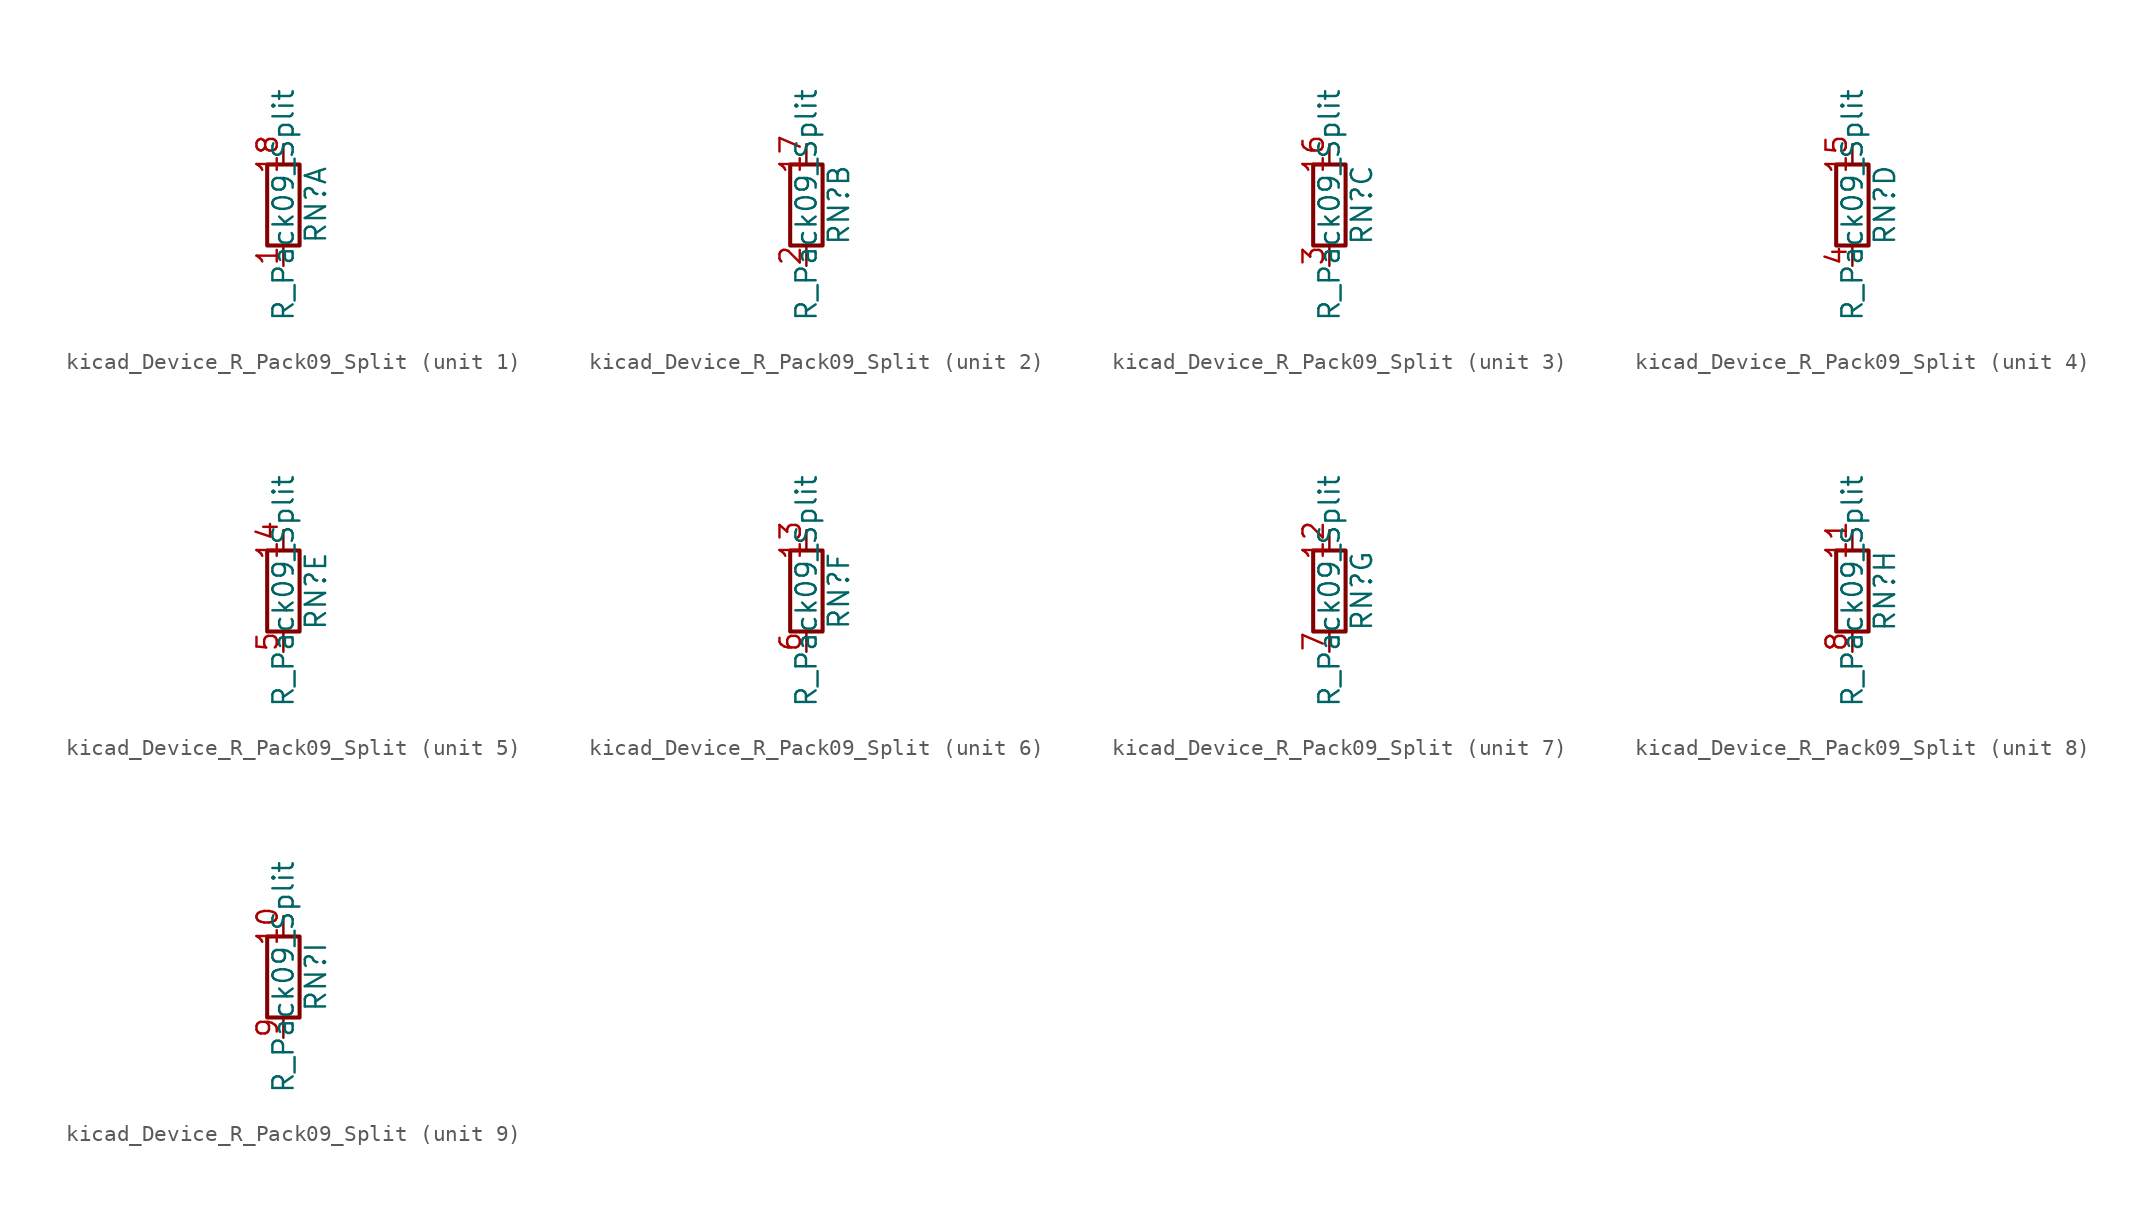
<source format=kicad_sym>
(kicad_symbol_lib
  (version 20220914)
  (generator kicad_symbol_editor)
  (symbol "kicad_Device_R_Pack09_Split"
    (pin_names
      (offset 0) hide)
    (property "Reference" "RN"
      (at 2.032 0 90)
      (effects (font (size 1.27 1.27))))
    (property "Value" "R_Pack09_Split"
      (at 0 0 90)
      (effects (font (size 1.27 1.27))))
    (symbol "kicad_Device_R_Pack09_Split_0_1"
      (rectangle (start 1.016 2.54) (end -1.016 -2.54) (stroke (width 0.254) (type default)) (fill (type none))))
    (symbol "kicad_Device_R_Pack09_Split_1_1"
      (pin passive line (at 0 -3.81 90) (length 1.27) (name "R1.1" (effects (font (size 1.27 1.27)))) (number "1" (effects (font (size 1.27 1.27)))))
      (pin passive line (at 0 3.81 270) (length 1.27) (name "R1.2" (effects (font (size 1.27 1.27)))) (number "18" (effects (font (size 1.27 1.27))))))
    (symbol "kicad_Device_R_Pack09_Split_2_1"
      (pin passive line (at 0 3.81 270) (length 1.27) (name "R2.2" (effects (font (size 1.27 1.27)))) (number "17" (effects (font (size 1.27 1.27)))))
      (pin passive line (at 0 -3.81 90) (length 1.27) (name "R2.1" (effects (font (size 1.27 1.27)))) (number "2" (effects (font (size 1.27 1.27))))))
    (symbol "kicad_Device_R_Pack09_Split_3_1"
      (pin passive line (at 0 3.81 270) (length 1.27) (name "R3.2" (effects (font (size 1.27 1.27)))) (number "16" (effects (font (size 1.27 1.27)))))
      (pin passive line (at 0 -3.81 90) (length 1.27) (name "R3.1" (effects (font (size 1.27 1.27)))) (number "3" (effects (font (size 1.27 1.27))))))
    (symbol "kicad_Device_R_Pack09_Split_4_1"
      (pin passive line (at 0 3.81 270) (length 1.27) (name "R4.2" (effects (font (size 1.27 1.27)))) (number "15" (effects (font (size 1.27 1.27)))))
      (pin passive line (at 0 -3.81 90) (length 1.27) (name "R4.1" (effects (font (size 1.27 1.27)))) (number "4" (effects (font (size 1.27 1.27))))))
    (symbol "kicad_Device_R_Pack09_Split_5_1"
      (pin passive line (at 0 3.81 270) (length 1.27) (name "R5.2" (effects (font (size 1.27 1.27)))) (number "14" (effects (font (size 1.27 1.27)))))
      (pin passive line (at 0 -3.81 90) (length 1.27) (name "R5.1" (effects (font (size 1.27 1.27)))) (number "5" (effects (font (size 1.27 1.27))))))
    (symbol "kicad_Device_R_Pack09_Split_6_1"
      (pin passive line (at 0 3.81 270) (length 1.27) (name "R6.2" (effects (font (size 1.27 1.27)))) (number "13" (effects (font (size 1.27 1.27)))))
      (pin passive line (at 0 -3.81 90) (length 1.27) (name "R6.1" (effects (font (size 1.27 1.27)))) (number "6" (effects (font (size 1.27 1.27))))))
    (symbol "kicad_Device_R_Pack09_Split_7_1"
      (pin passive line (at 0 3.81 270) (length 1.27) (name "R7.2" (effects (font (size 1.27 1.27)))) (number "12" (effects (font (size 1.27 1.27)))))
      (pin passive line (at 0 -3.81 90) (length 1.27) (name "R7.1" (effects (font (size 1.27 1.27)))) (number "7" (effects (font (size 1.27 1.27))))))
    (symbol "kicad_Device_R_Pack09_Split_8_1"
      (pin passive line (at 0 3.81 270) (length 1.27) (name "R8.2" (effects (font (size 1.27 1.27)))) (number "11" (effects (font (size 1.27 1.27)))))
      (pin passive line (at 0 -3.81 90) (length 1.27) (name "R8.1" (effects (font (size 1.27 1.27)))) (number "8" (effects (font (size 1.27 1.27))))))
    (symbol "kicad_Device_R_Pack09_Split_9_1"
      (pin passive line (at 0 3.81 270) (length 1.27) (name "R9.2" (effects (font (size 1.27 1.27)))) (number "10" (effects (font (size 1.27 1.27)))))
      (pin passive line (at 0 -3.81 90) (length 1.27) (name "R9.1" (effects (font (size 1.27 1.27)))) (number "9" (effects (font (size 1.27 1.27))))))))
</source>
